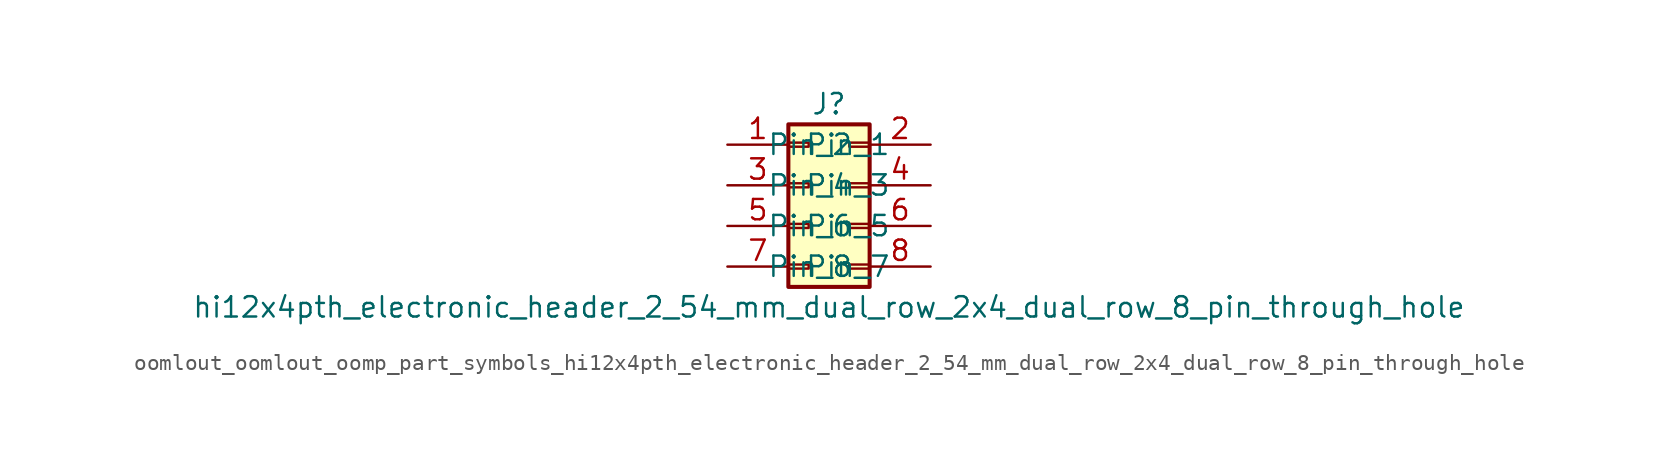
<source format=kicad_sym>
(kicad_symbol_lib
  (version 20220914)
  (generator kicad_symbol_editor)
  (symbol "oomlout_oomlout_oomp_part_symbols_hi12x4pth_electronic_header_2_54_mm_dual_row_2x4_dual_row_8_pin_through_hole"
    (pin_names
      (offset 1.016))
    (property "Reference" "J"
      (at 1.27 5.08 0)
      (effects (font (size 1.27 1.27))))
    (property "Value" "hi12x4pth_electronic_header_2_54_mm_dual_row_2x4_dual_row_8_pin_through_hole"
      (at 1.27 -7.62 0)
      (effects (font (size 1.27 1.27))))
    (symbol "oomlout_oomlout_oomp_part_symbols_hi12x4pth_electronic_header_2_54_mm_dual_row_2x4_dual_row_8_pin_through_hole_1_1"
      (rectangle (start -1.27 -4.953) (end 0 -5.207) (stroke (width 0.152) (type default)) (fill (type none)))
      (rectangle (start -1.27 -2.413) (end 0 -2.667) (stroke (width 0.152) (type default)) (fill (type none)))
      (rectangle (start -1.27 0.127) (end 0 -0.127) (stroke (width 0.152) (type default)) (fill (type none)))
      (rectangle (start -1.27 2.667) (end 0 2.413) (stroke (width 0.152) (type default)) (fill (type none)))
      (rectangle (start -1.27 3.81) (end 3.81 -6.35) (stroke (width 0.254) (type default)) (fill (type background)))
      (rectangle (start 3.81 -4.953) (end 2.54 -5.207) (stroke (width 0.152) (type default)) (fill (type none)))
      (rectangle (start 3.81 -2.413) (end 2.54 -2.667) (stroke (width 0.152) (type default)) (fill (type none)))
      (rectangle (start 3.81 0.127) (end 2.54 -0.127) (stroke (width 0.152) (type default)) (fill (type none)))
      (rectangle (start 3.81 2.667) (end 2.54 2.413) (stroke (width 0.152) (type default)) (fill (type none)))
      (pin passive line (at -5.08 2.54 0) (length 3.81) (name "Pin_1" (effects (font (size 1.27 1.27)))) (number "1" (effects (font (size 1.27 1.27)))))
      (pin passive line (at 7.62 2.54 180) (length 3.81) (name "Pin_2" (effects (font (size 1.27 1.27)))) (number "2" (effects (font (size 1.27 1.27)))))
      (pin passive line (at -5.08 0 0) (length 3.81) (name "Pin_3" (effects (font (size 1.27 1.27)))) (number "3" (effects (font (size 1.27 1.27)))))
      (pin passive line (at 7.62 0 180) (length 3.81) (name "Pin_4" (effects (font (size 1.27 1.27)))) (number "4" (effects (font (size 1.27 1.27)))))
      (pin passive line (at -5.08 -2.54 0) (length 3.81) (name "Pin_5" (effects (font (size 1.27 1.27)))) (number "5" (effects (font (size 1.27 1.27)))))
      (pin passive line (at 7.62 -2.54 180) (length 3.81) (name "Pin_6" (effects (font (size 1.27 1.27)))) (number "6" (effects (font (size 1.27 1.27)))))
      (pin passive line (at -5.08 -5.08 0) (length 3.81) (name "Pin_7" (effects (font (size 1.27 1.27)))) (number "7" (effects (font (size 1.27 1.27)))))
      (pin passive line (at 7.62 -5.08 180) (length 3.81) (name "Pin_8" (effects (font (size 1.27 1.27)))) (number "8" (effects (font (size 1.27 1.27))))))))
</source>
